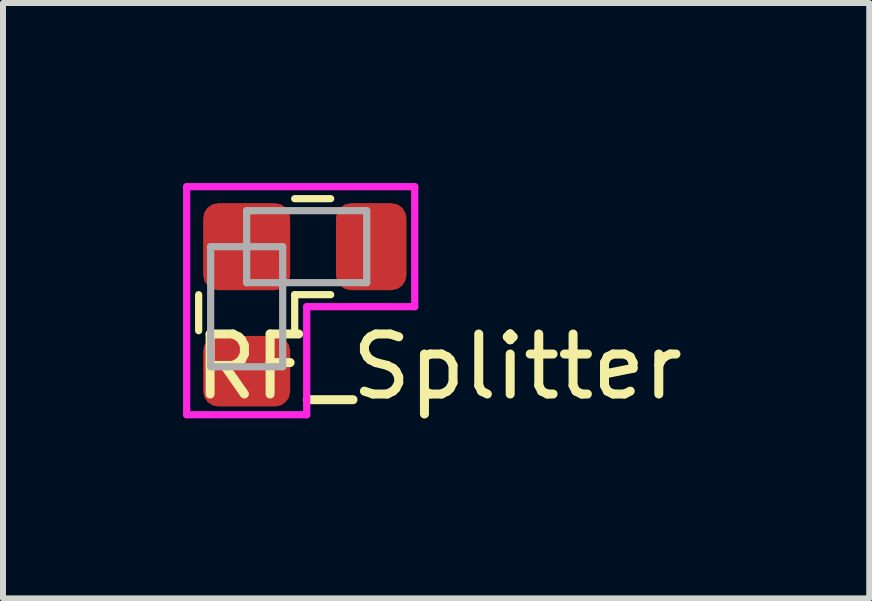
<source format=kicad_pcb>
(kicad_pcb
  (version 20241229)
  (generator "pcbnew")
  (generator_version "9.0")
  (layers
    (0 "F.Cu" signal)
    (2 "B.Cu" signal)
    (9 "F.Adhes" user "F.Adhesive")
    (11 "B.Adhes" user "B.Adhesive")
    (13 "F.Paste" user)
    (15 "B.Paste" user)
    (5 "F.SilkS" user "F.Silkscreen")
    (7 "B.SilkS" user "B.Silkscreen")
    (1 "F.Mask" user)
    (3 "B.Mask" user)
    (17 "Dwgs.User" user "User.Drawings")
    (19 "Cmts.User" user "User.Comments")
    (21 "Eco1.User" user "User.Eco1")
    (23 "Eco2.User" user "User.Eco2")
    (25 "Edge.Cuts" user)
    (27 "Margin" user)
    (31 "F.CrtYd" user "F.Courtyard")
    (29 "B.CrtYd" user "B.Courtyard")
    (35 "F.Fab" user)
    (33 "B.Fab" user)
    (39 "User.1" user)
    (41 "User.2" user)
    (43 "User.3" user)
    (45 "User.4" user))
  (footprint "RF_Splitter"
    (layer "F.Cu")
    (at 1.06 1.06)
    (property "Reference" "RF_Splitter" (at 3.2 2 0) (layer "F.SilkS") (effects (font (size 1 1) (thickness 0.15))))
    (attr smd)
    (fp_line (start -0.8 0.8) (end -0.8 1.4) (stroke (width 0.12) (type solid)) (layer "F.SilkS"))
    (fp_line (start 0.8 -0.8) (end 1.4 -0.8) (stroke (width 0.12) (type solid)) (layer "F.SilkS"))
    (fp_line (start 0.8 0.8) (end 0.8 1.4) (stroke (width 0.12) (type solid)) (layer "F.SilkS"))
    (fp_line (start 0.8 0.8) (end 1.4 0.8) (stroke (width 0.12) (type solid)) (layer "F.SilkS"))
    (fp_line (start -1 -1) (end 2.8 -1) (stroke (width 0.12) (type solid)) (layer "F.CrtYd"))
    (fp_line (start -1 2.8) (end -1 -1) (stroke (width 0.12) (type solid)) (layer "F.CrtYd"))
    (fp_line (start 1 1) (end 1 2.8) (stroke (width 0.12) (type solid)) (layer "F.CrtYd"))
    (fp_line (start 1 2.8) (end -1 2.8) (stroke (width 0.12) (type solid)) (layer "F.CrtYd"))
    (fp_line (start 2.8 -1) (end 2.8 1) (stroke (width 0.12) (type solid)) (layer "F.CrtYd"))
    (fp_line (start 2.8 1) (end 1 1) (stroke (width 0.12) (type solid)) (layer "F.CrtYd"))
    (fp_line (start -0.6 0) (end 0.6 0) (stroke (width 0.12) (type solid)) (layer "F.Fab"))
    (fp_line (start -0.6 2) (end -0.6 0) (stroke (width 0.12) (type solid)) (layer "F.Fab"))
    (fp_line (start 0 -0.6) (end 2 -0.6) (stroke (width 0.12) (type solid)) (layer "F.Fab"))
    (fp_line (start 0 0.6) (end 0 -0.6) (stroke (width 0.12) (type solid)) (layer "F.Fab"))
    (fp_line (start 0.6 0) (end 0.6 2) (stroke (width 0.12) (type solid)) (layer "F.Fab"))
    (fp_line (start 0.6 2) (end -0.6 2) (stroke (width 0.12) (type solid)) (layer "F.Fab"))
    (fp_line (start 2 -0.6) (end 2 0.6) (stroke (width 0.12) (type solid)) (layer "F.Fab"))
    (fp_line (start 2 0.6) (end 0 0.6) (stroke (width 0.12) (type solid)) (layer "F.Fab"))
    (pad "1" smd roundrect (at 0 0) (size 1.45 1.45) (layers "F.Cu" "F.Mask" "F.Paste") (roundrect_rratio 0.173))
    (pad "2" smd roundrect (at 0 2.075) (size 1.45 1.175) (layers "F.Cu" "F.Mask" "F.Paste") (roundrect_rratio 0.213))
    (pad "3" smd roundrect (at 2.075 0) (size 1.175 1.45) (layers "F.Cu" "F.Mask" "F.Paste") (roundrect_rratio 0.213)))
  (gr_rect
    (start -3 -3)
    (end 11.433 6.92)
    (stroke (width 0.1) (type default))
    (fill no)
    (layer "Edge.Cuts")))
</source>
